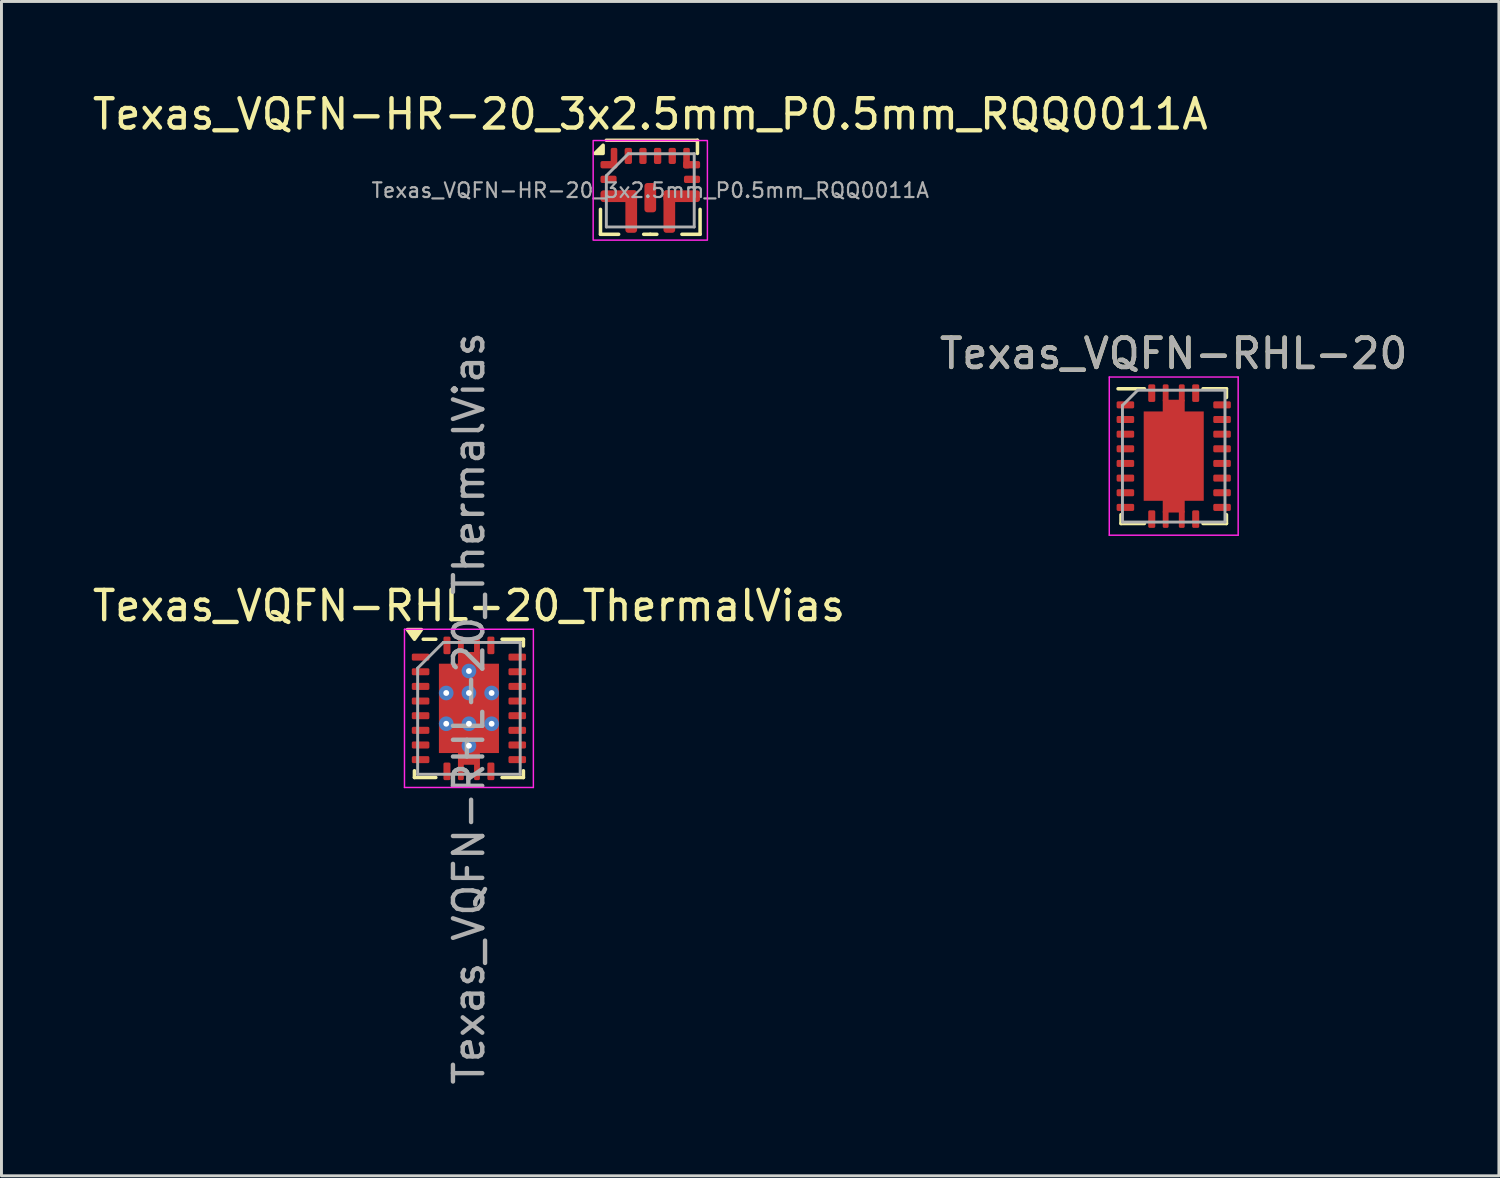
<source format=kicad_pcb>
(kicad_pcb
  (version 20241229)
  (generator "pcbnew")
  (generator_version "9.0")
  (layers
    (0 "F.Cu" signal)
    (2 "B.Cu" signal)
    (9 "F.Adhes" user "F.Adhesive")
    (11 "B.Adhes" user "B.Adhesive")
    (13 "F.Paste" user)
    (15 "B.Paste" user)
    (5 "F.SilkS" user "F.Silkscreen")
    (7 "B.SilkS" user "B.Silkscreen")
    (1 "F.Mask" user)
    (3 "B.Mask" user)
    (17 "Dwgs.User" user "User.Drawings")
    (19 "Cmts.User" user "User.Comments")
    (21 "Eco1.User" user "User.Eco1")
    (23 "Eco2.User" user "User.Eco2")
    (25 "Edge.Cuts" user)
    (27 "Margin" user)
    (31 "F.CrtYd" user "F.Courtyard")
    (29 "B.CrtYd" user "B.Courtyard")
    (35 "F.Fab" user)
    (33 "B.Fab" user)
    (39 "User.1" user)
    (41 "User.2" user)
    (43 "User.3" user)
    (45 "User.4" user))
  (footprint "Texas_VQFN-RHL-20"
    (layer "F.Cu")
    (at 37.018 12.521)
    (property "Reference" "Texas_VQFN-RHL-20" (at 0 -3.5 0) (layer "F.SilkS") (effects (font (size 1 1) (thickness 0.15))))
    (attr smd)
    (fp_line (start -1.9 -2.3) (end -1 -2.3) (stroke (width 0.12) (type solid)) (layer "F.SilkS"))
    (fp_line (start -1.8 2) (end -1.8 2.3) (stroke (width 0.12) (type solid)) (layer "F.SilkS"))
    (fp_line (start -1.8 2.3) (end -1 2.3) (stroke (width 0.12) (type solid)) (layer "F.SilkS"))
    (fp_line (start 1 -2.3) (end 1.8 -2.3) (stroke (width 0.12) (type solid)) (layer "F.SilkS"))
    (fp_line (start 1 2.3) (end 1.8 2.3) (stroke (width 0.12) (type solid)) (layer "F.SilkS"))
    (fp_line (start 1.8 -2.3) (end 1.8 -2) (stroke (width 0.12) (type solid)) (layer "F.SilkS"))
    (fp_line (start 1.8 2) (end 1.8 2.3) (stroke (width 0.12) (type solid)) (layer "F.SilkS"))
    (fp_line (start -2.2 -2.7) (end -2.2 2.7) (stroke (width 0.05) (type solid)) (layer "F.CrtYd"))
    (fp_line (start -2.2 -2.7) (end 2.2 -2.7) (stroke (width 0.05) (type solid)) (layer "F.CrtYd"))
    (fp_line (start -2.2 2.7) (end 2.2 2.7) (stroke (width 0.05) (type solid)) (layer "F.CrtYd"))
    (fp_line (start 2.2 -2.7) (end 2.2 2.7) (stroke (width 0.05) (type solid)) (layer "F.CrtYd"))
    (fp_line (start -1.75 -1.73) (end -1.75 2.25) (stroke (width 0.1) (type solid)) (layer "F.Fab"))
    (fp_line (start -1.75 -1.73) (end -1.23 -2.25) (stroke (width 0.1) (type solid)) (layer "F.Fab"))
    (fp_line (start -1.75 2.25) (end 1.75 2.25) (stroke (width 0.1) (type solid)) (layer "F.Fab"))
    (fp_line (start -1.23 -2.25) (end 1.75 -2.25) (stroke (width 0.1) (type solid)) (layer "F.Fab"))
    (fp_line (start 1.75 -2.25) (end 1.75 2.25) (stroke (width 0.1) (type solid)) (layer "F.Fab"))
    (fp_text user "${REFERENCE}" (at 0 -3.5 0) (layer "F.Fab") (effects (font (size 1 1) (thickness 0.15))))
    (pad "" smd rect (at -0.56 -1.05) (size 0.92 0.85) (layers "F.Paste"))
    (pad "" smd rect (at -0.56 0) (size 0.92 0.85) (layers "F.Paste"))
    (pad "" smd rect (at -0.56 1.05) (size 0.92 0.85) (layers "F.Paste"))
    (pad "" smd rect (at 0 -1.8) (size 0.75 0.25) (layers "F.Paste"))
    (pad "" smd rect (at 0 1.8) (size 0.75 0.25) (layers "F.Paste"))
    (pad "" smd rect (at 0.56 -1.05) (size 0.92 0.85) (layers "F.Paste"))
    (pad "" smd rect (at 0.56 0) (size 0.92 0.85) (layers "F.Paste"))
    (pad "" smd rect (at 0.56 1.05) (size 0.92 0.85) (layers "F.Paste"))
    (pad "1" smd roundrect (at -0.75 -2.15) (size 0.24 0.6) (layers "F.Cu" "F.Mask" "F.Paste") (roundrect_rratio 0.21))
    (pad "2" smd roundrect (at -1.65 -1.75) (size 0.6 0.24) (layers "F.Cu" "F.Mask" "F.Paste") (roundrect_rratio 0.21))
    (pad "3" smd roundrect (at -1.65 -1.25) (size 0.6 0.24) (layers "F.Cu" "F.Mask" "F.Paste") (roundrect_rratio 0.21))
    (pad "4" smd roundrect (at -1.65 -0.75) (size 0.6 0.24) (layers "F.Cu" "F.Mask" "F.Paste") (roundrect_rratio 0.21))
    (pad "5" smd roundrect (at -1.65 -0.25) (size 0.6 0.24) (layers "F.Cu" "F.Mask" "F.Paste") (roundrect_rratio 0.21))
    (pad "6" smd roundrect (at -1.65 0.25) (size 0.6 0.24) (layers "F.Cu" "F.Mask" "F.Paste") (roundrect_rratio 0.21))
    (pad "7" smd roundrect (at -1.65 0.75) (size 0.6 0.24) (layers "F.Cu" "F.Mask" "F.Paste") (roundrect_rratio 0.21))
    (pad "8" smd roundrect (at -1.65 1.25) (size 0.6 0.24) (layers "F.Cu" "F.Mask" "F.Paste") (roundrect_rratio 0.21))
    (pad "9" smd roundrect (at -1.65 1.75) (size 0.6 0.24) (layers "F.Cu" "F.Mask" "F.Paste") (roundrect_rratio 0.21))
    (pad "10" smd roundrect (at -0.75 2.15) (size 0.24 0.6) (layers "F.Cu" "F.Mask" "F.Paste") (roundrect_rratio 0.21))
    (pad "11" smd roundrect (at 0.75 2.15) (size 0.24 0.6) (layers "F.Cu" "F.Mask" "F.Paste") (roundrect_rratio 0.21))
    (pad "12" smd roundrect (at 1.65 1.75) (size 0.6 0.24) (layers "F.Cu" "F.Mask" "F.Paste") (roundrect_rratio 0.21))
    (pad "13" smd roundrect (at 1.65 1.25) (size 0.6 0.24) (layers "F.Cu" "F.Mask" "F.Paste") (roundrect_rratio 0.21))
    (pad "14" smd roundrect (at 1.65 0.75) (size 0.6 0.24) (layers "F.Cu" "F.Mask" "F.Paste") (roundrect_rratio 0.21))
    (pad "15" smd roundrect (at 1.65 0.25) (size 0.6 0.24) (layers "F.Cu" "F.Mask" "F.Paste") (roundrect_rratio 0.21))
    (pad "16" smd roundrect (at 1.65 -0.25) (size 0.6 0.24) (layers "F.Cu" "F.Mask" "F.Paste") (roundrect_rratio 0.21))
    (pad "17" smd roundrect (at 1.65 -0.75) (size 0.6 0.24) (layers "F.Cu" "F.Mask" "F.Paste") (roundrect_rratio 0.21))
    (pad "18" smd roundrect (at 1.65 -1.25) (size 0.6 0.24) (layers "F.Cu" "F.Mask" "F.Paste") (roundrect_rratio 0.21))
    (pad "19" smd roundrect (at 1.65 -1.75) (size 0.6 0.24) (layers "F.Cu" "F.Mask" "F.Paste") (roundrect_rratio 0.21))
    (pad "20" smd roundrect (at 0.75 -2.15) (size 0.24 0.6) (layers "F.Cu" "F.Mask" "F.Paste") (roundrect_rratio 0.21))
    (pad "21" smd roundrect (at -0.275 -2.15) (size 0.2 0.6) (layers "F.Cu" "F.Mask" "F.Paste") (roundrect_rratio 0.25))
    (pad "21" smd roundrect (at -0.275 2.15) (size 0.2 0.6) (layers "F.Cu" "F.Mask" "F.Paste") (roundrect_rratio 0.25))
    (pad "21" smd custom (at 0 0) (size 1.524 1.524) (layers "F.Cu" "F.Mask") (options (anchor rect)) (primitives (gr_poly (pts (xy 0.375 -1.525) (xy 1.025 -1.525) (xy 1.025 1.525) (xy 0.375 1.525) (xy 0.375 1.925) (xy -0.375 1.925) (xy -0.375 1.525) (xy -1.025 1.525) (xy -1.025 -1.525) (xy -0.375 -1.525) (xy -0.375 -1.925) (xy 0.375 -1.925)) (width 0) (fill yes))))
    (pad "21" smd roundrect (at 0.275 -2.15) (size 0.2 0.6) (layers "F.Cu" "F.Mask" "F.Paste") (roundrect_rratio 0.25))
    (pad "21" smd roundrect (at 0.275 2.15) (size 0.2 0.6) (layers "F.Cu" "F.Mask" "F.Paste") (roundrect_rratio 0.25)))
  (footprint "Texas_VQFN-HR-20_3x2.5mm_P0.5mm_RQQ0011A"
    (layer "F.Cu")
    (at 19.149 3.448)
    (property "Reference" "Texas_VQFN-HR-20_3x2.5mm_P0.5mm_RQQ0011A" (at 0 -2.6 0) (unlocked yes) (layer "F.SilkS") (effects (font (size 1 1) (thickness 0.15))))
    (attr smd)
    (fp_line (start -1.7 1.5) (end -1.7 0.65) (stroke (width 0.12) (type default)) (layer "F.SilkS"))
    (fp_line (start -1.7 1.5) (end -1.08 1.5) (stroke (width 0.12) (type default)) (layer "F.SilkS"))
    (fp_line (start -1.5 -1.71) (end 1.61 -1.71) (stroke (width 0.12) (type default)) (layer "F.SilkS"))
    (fp_line (start -0.225 1.5) (end 0 1.5) (stroke (width 0.12) (type default)) (layer "F.SilkS"))
    (fp_line (start 0.225 1.5) (end 0 1.5) (stroke (width 0.12) (type default)) (layer "F.SilkS"))
    (fp_line (start 1.61 -1.71) (end 1.61 -1.26) (stroke (width 0.12) (type default)) (layer "F.SilkS"))
    (fp_line (start 1.7 1.5) (end 1.08 1.5) (stroke (width 0.12) (type default)) (layer "F.SilkS"))
    (fp_line (start 1.7 1.5) (end 1.7 0.65) (stroke (width 0.12) (type default)) (layer "F.SilkS"))
    (fp_poly (pts (xy -1.61 -1.26) (xy -1.89 -1.26) (xy -1.61 -1.54) (xy -1.61 -1.26)) (stroke (width 0.12) (type solid)) (fill yes) (layer "F.SilkS"))
    (fp_rect (start -1.95 -1.7) (end 1.95 1.7) (stroke (width 0.05) (type default)) (fill no) (layer "F.CrtYd"))
    (fp_line (start -1.5 -0.5) (end -1.5 1.25) (stroke (width 0.1) (type default)) (layer "F.Fab"))
    (fp_line (start -1.5 1.25) (end 1.5 1.25) (stroke (width 0.1) (type default)) (layer "F.Fab"))
    (fp_line (start -0.75 -1.25) (end -1.5 -0.5) (stroke (width 0.1) (type default)) (layer "F.Fab"))
    (fp_line (start 1.5 -1.25) (end -0.75 -1.25) (stroke (width 0.1) (type default)) (layer "F.Fab"))
    (fp_line (start 1.5 1.25) (end 1.5 -1.25) (stroke (width 0.1) (type default)) (layer "F.Fab"))
    (fp_text user "${REFERENCE}" (at 0 0 0) (unlocked yes) (layer "F.Fab") (effects (font (size 0.5 0.5) (thickness 0.075))))
    (pad "1" smd roundrect (at -1.413 -0.875) (size 0.575 0.25) (layers "F.Cu" "F.Mask" "F.Paste") (roundrect_rratio 0.25))
    (pad "1" smd roundrect (at -1.238 -1.1 180) (size 0.225 0.7) (layers "F.Cu" "F.Mask" "F.Paste") (roundrect_rratio 0.25))
    (pad "2" smd roundrect (at -1.425 -0.375 270) (size 0.25 0.55) (layers "F.Cu" "F.Mask" "F.Paste") (roundrect_rratio 0.25))
    (pad "3" smd roundrect (at -1.075 0.2) (size 1.25 0.4) (layers "F.Cu" "F.Mask" "F.Paste") (roundrect_rratio 0.25))
    (pad "3" smd roundrect (at -0.65 0.725) (size 0.4 1.45) (layers "F.Cu" "F.Mask" "F.Paste") (roundrect_rratio 0.25))
    (pad "4" smd roundrect (at 0 0.25) (size 0.4 1) (layers "F.Cu" "F.Mask" "F.Paste") (roundrect_rratio 0.25))
    (pad "5" smd roundrect (at 0.65 0.725) (size 0.4 1.45) (layers "F.Cu" "F.Mask" "F.Paste") (roundrect_rratio 0.25))
    (pad "5" smd roundrect (at 1.075 0.2) (size 1.25 0.4) (layers "F.Cu" "F.Mask" "F.Paste") (roundrect_rratio 0.25))
    (pad "6" smd roundrect (at 1.425 -0.375 270) (size 0.25 0.55) (layers "F.Cu" "F.Mask" "F.Paste") (roundrect_rratio 0.25))
    (pad "7" smd roundrect (at 1.238 -1.1 180) (size 0.225 0.7) (layers "F.Cu" "F.Mask" "F.Paste") (roundrect_rratio 0.25))
    (pad "7" smd roundrect (at 1.413 -0.875) (size 0.575 0.25) (layers "F.Cu" "F.Mask" "F.Paste") (roundrect_rratio 0.25))
    (pad "8" smd roundrect (at 0.75 -1.175) (size 0.25 0.55) (layers "F.Cu" "F.Mask" "F.Paste") (roundrect_rratio 0.25))
    (pad "9" smd roundrect (at 0.25 -1.175) (size 0.25 0.55) (layers "F.Cu" "F.Mask" "F.Paste") (roundrect_rratio 0.25))
    (pad "10" smd roundrect (at -0.25 -1.175) (size 0.25 0.55) (layers "F.Cu" "F.Mask" "F.Paste") (roundrect_rratio 0.25))
    (pad "11" smd roundrect (at -0.75 -1.175) (size 0.25 0.55) (layers "F.Cu" "F.Mask" "F.Paste") (roundrect_rratio 0.25)))
  (footprint "Texas_VQFN-RHL-20_ThermalVias"
    (layer "F.Cu")
    (at 12.958 21.132)
    (property "Reference" "Texas_VQFN-RHL-20_ThermalVias" (at 0 -3.5 0) (layer "F.SilkS") (effects (font (size 1 1) (thickness 0.15))))
    (attr smd)
    (fp_line (start -1.86 2.13) (end -1.86 2.36) (stroke (width 0.12) (type solid)) (layer "F.SilkS"))
    (fp_line (start -1.86 2.36) (end -1.13 2.36) (stroke (width 0.12) (type solid)) (layer "F.SilkS"))
    (fp_line (start -1.13 -2.36) (end -1.56 -2.36) (stroke (width 0.12) (type solid)) (layer "F.SilkS"))
    (fp_line (start 1.13 -2.36) (end 1.86 -2.36) (stroke (width 0.12) (type solid)) (layer "F.SilkS"))
    (fp_line (start 1.13 2.36) (end 1.86 2.36) (stroke (width 0.12) (type solid)) (layer "F.SilkS"))
    (fp_line (start 1.86 -2.36) (end 1.86 -2.13) (stroke (width 0.12) (type solid)) (layer "F.SilkS"))
    (fp_line (start 1.86 2.13) (end 1.86 2.36) (stroke (width 0.12) (type solid)) (layer "F.SilkS"))
    (fp_poly (pts (xy -1.86 -2.36) (xy -2.1 -2.69) (xy -1.62 -2.69) (xy -1.86 -2.36)) (stroke (width 0.12) (type solid)) (fill yes) (layer "F.SilkS"))
    (fp_line (start -2.2 -2.7) (end -2.2 2.7) (stroke (width 0.05) (type solid)) (layer "F.CrtYd"))
    (fp_line (start -2.2 -2.7) (end 2.2 -2.7) (stroke (width 0.05) (type solid)) (layer "F.CrtYd"))
    (fp_line (start -2.2 2.7) (end 2.2 2.7) (stroke (width 0.05) (type solid)) (layer "F.CrtYd"))
    (fp_line (start 2.2 -2.7) (end 2.2 2.7) (stroke (width 0.05) (type solid)) (layer "F.CrtYd"))
    (fp_line (start -1.75 -1.375) (end -1.75 2.25) (stroke (width 0.1) (type solid)) (layer "F.Fab"))
    (fp_line (start -1.75 -1.375) (end -0.875 -2.25) (stroke (width 0.1) (type solid)) (layer "F.Fab"))
    (fp_line (start -1.75 2.25) (end 1.75 2.25) (stroke (width 0.1) (type solid)) (layer "F.Fab"))
    (fp_line (start -0.875 -2.25) (end 1.75 -2.25) (stroke (width 0.1) (type solid)) (layer "F.Fab"))
    (fp_line (start 1.75 -2.25) (end 1.75 2.25) (stroke (width 0.1) (type solid)) (layer "F.Fab"))
    (fp_text user "${REFERENCE}" (at 0 0 90) (layer "F.Fab") (effects (font (size 1 1) (thickness 0.15))))
    (pad "" smd rect (at -0.56 -1.05) (size 0.92 0.85) (layers "F.Paste"))
    (pad "" smd rect (at -0.56 0) (size 0.92 0.85) (layers "F.Paste"))
    (pad "" smd rect (at -0.56 1.05) (size 0.92 0.85) (layers "F.Paste"))
    (pad "" smd rect (at 0 -1.8) (size 0.75 0.25) (layers "F.Paste"))
    (pad "" smd rect (at 0 1.8) (size 0.75 0.25) (layers "F.Paste"))
    (pad "" smd rect (at 0.56 -1.05) (size 0.92 0.85) (layers "F.Paste"))
    (pad "" smd rect (at 0.56 0) (size 0.92 0.85) (layers "F.Paste"))
    (pad "" smd rect (at 0.56 1.05) (size 0.92 0.85) (layers "F.Paste"))
    (pad "1" smd roundrect (at -0.75 -2.15) (size 0.24 0.6) (layers "F.Cu" "F.Mask" "F.Paste") (roundrect_rratio 0.21))
    (pad "2" smd roundrect (at -1.65 -1.75) (size 0.6 0.24) (layers "F.Cu" "F.Mask" "F.Paste") (roundrect_rratio 0.21))
    (pad "3" smd roundrect (at -1.65 -1.25) (size 0.6 0.24) (layers "F.Cu" "F.Mask" "F.Paste") (roundrect_rratio 0.21))
    (pad "4" smd roundrect (at -1.65 -0.75) (size 0.6 0.24) (layers "F.Cu" "F.Mask" "F.Paste") (roundrect_rratio 0.21))
    (pad "5" smd roundrect (at -1.65 -0.25) (size 0.6 0.24) (layers "F.Cu" "F.Mask" "F.Paste") (roundrect_rratio 0.21))
    (pad "6" smd roundrect (at -1.65 0.25) (size 0.6 0.24) (layers "F.Cu" "F.Mask" "F.Paste") (roundrect_rratio 0.21))
    (pad "7" smd roundrect (at -1.65 0.75) (size 0.6 0.24) (layers "F.Cu" "F.Mask" "F.Paste") (roundrect_rratio 0.21))
    (pad "8" smd roundrect (at -1.65 1.25) (size 0.6 0.24) (layers "F.Cu" "F.Mask" "F.Paste") (roundrect_rratio 0.21))
    (pad "9" smd roundrect (at -1.65 1.75) (size 0.6 0.24) (layers "F.Cu" "F.Mask" "F.Paste") (roundrect_rratio 0.21))
    (pad "10" smd roundrect (at -0.75 2.15) (size 0.24 0.6) (layers "F.Cu" "F.Mask" "F.Paste") (roundrect_rratio 0.21))
    (pad "11" smd roundrect (at 0.75 2.15) (size 0.24 0.6) (layers "F.Cu" "F.Mask" "F.Paste") (roundrect_rratio 0.21))
    (pad "12" smd roundrect (at 1.65 1.75) (size 0.6 0.24) (layers "F.Cu" "F.Mask" "F.Paste") (roundrect_rratio 0.21))
    (pad "13" smd roundrect (at 1.65 1.25) (size 0.6 0.24) (layers "F.Cu" "F.Mask" "F.Paste") (roundrect_rratio 0.21))
    (pad "14" smd roundrect (at 1.65 0.75) (size 0.6 0.24) (layers "F.Cu" "F.Mask" "F.Paste") (roundrect_rratio 0.21))
    (pad "15" smd roundrect (at 1.65 0.25) (size 0.6 0.24) (layers "F.Cu" "F.Mask" "F.Paste") (roundrect_rratio 0.21))
    (pad "16" smd roundrect (at 1.65 -0.25) (size 0.6 0.24) (layers "F.Cu" "F.Mask" "F.Paste") (roundrect_rratio 0.21))
    (pad "17" smd roundrect (at 1.65 -0.75) (size 0.6 0.24) (layers "F.Cu" "F.Mask" "F.Paste") (roundrect_rratio 0.21))
    (pad "18" smd roundrect (at 1.65 -1.25) (size 0.6 0.24) (layers "F.Cu" "F.Mask" "F.Paste") (roundrect_rratio 0.21))
    (pad "19" smd roundrect (at 1.65 -1.75) (size 0.6 0.24) (layers "F.Cu" "F.Mask" "F.Paste") (roundrect_rratio 0.21))
    (pad "20" smd roundrect (at 0.75 -2.15) (size 0.24 0.6) (layers "F.Cu" "F.Mask" "F.Paste") (roundrect_rratio 0.21))
    (pad "21" thru_hole circle (at -0.775 -0.525) (size 0.5 0.5) (drill 0.2) (layers "*.Cu"))
    (pad "21" thru_hole circle (at -0.775 0.525) (size 0.5 0.5) (drill 0.2) (layers "*.Cu"))
    (pad "21" smd roundrect (at -0.275 -2.15) (size 0.2 0.6) (layers "F.Cu" "F.Mask" "F.Paste") (roundrect_rratio 0.25))
    (pad "21" smd roundrect (at -0.275 2.15) (size 0.2 0.6) (layers "F.Cu" "F.Mask" "F.Paste") (roundrect_rratio 0.25))
    (pad "21" thru_hole circle (at 0 -1.275) (size 0.5 0.5) (drill 0.2) (layers "*.Cu"))
    (pad "21" thru_hole circle (at 0 -0.525) (size 0.5 0.5) (drill 0.2) (layers "*.Cu"))
    (pad "21" smd custom (at 0 0) (size 1.524 1.524) (layers "F.Cu" "F.Mask") (options (anchor rect)) (primitives (gr_poly (pts (xy 0.375 -1.525) (xy 1.025 -1.525) (xy 1.025 1.525) (xy 0.375 1.525) (xy 0.375 1.925) (xy -0.375 1.925) (xy -0.375 1.525) (xy -1.025 1.525) (xy -1.025 -1.525) (xy -0.375 -1.525) (xy -0.375 -1.925) (xy 0.375 -1.925)) (width 0) (fill yes))))
    (pad "21" thru_hole circle (at 0 0.525) (size 0.5 0.5) (drill 0.2) (layers "*.Cu"))
    (pad "21" thru_hole circle (at 0 1.275) (size 0.5 0.5) (drill 0.2) (layers "*.Cu"))
    (pad "21" smd roundrect (at 0.275 -2.15) (size 0.2 0.6) (layers "F.Cu" "F.Mask" "F.Paste") (roundrect_rratio 0.25))
    (pad "21" smd roundrect (at 0.275 2.15) (size 0.2 0.6) (layers "F.Cu" "F.Mask" "F.Paste") (roundrect_rratio 0.25))
    (pad "21" thru_hole circle (at 0.775 -0.525) (size 0.5 0.5) (drill 0.2) (layers "*.Cu"))
    (pad "21" thru_hole circle (at 0.775 0.525) (size 0.5 0.5) (drill 0.2) (layers "*.Cu")))
  (gr_rect
    (start -3 -3)
    (end 48.119 37.09)
    (stroke (width 0.1) (type default))
    (fill no)
    (layer "Edge.Cuts")))
</source>
